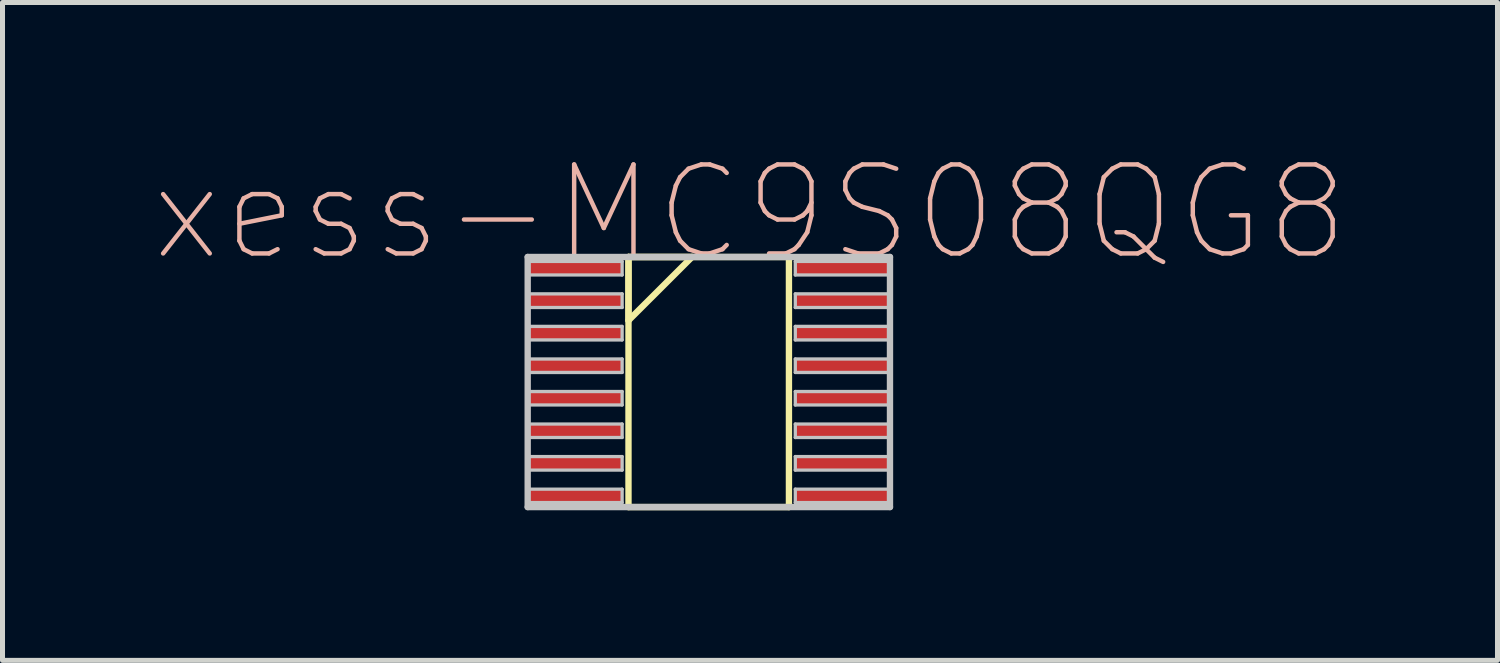
<source format=kicad_pcb>
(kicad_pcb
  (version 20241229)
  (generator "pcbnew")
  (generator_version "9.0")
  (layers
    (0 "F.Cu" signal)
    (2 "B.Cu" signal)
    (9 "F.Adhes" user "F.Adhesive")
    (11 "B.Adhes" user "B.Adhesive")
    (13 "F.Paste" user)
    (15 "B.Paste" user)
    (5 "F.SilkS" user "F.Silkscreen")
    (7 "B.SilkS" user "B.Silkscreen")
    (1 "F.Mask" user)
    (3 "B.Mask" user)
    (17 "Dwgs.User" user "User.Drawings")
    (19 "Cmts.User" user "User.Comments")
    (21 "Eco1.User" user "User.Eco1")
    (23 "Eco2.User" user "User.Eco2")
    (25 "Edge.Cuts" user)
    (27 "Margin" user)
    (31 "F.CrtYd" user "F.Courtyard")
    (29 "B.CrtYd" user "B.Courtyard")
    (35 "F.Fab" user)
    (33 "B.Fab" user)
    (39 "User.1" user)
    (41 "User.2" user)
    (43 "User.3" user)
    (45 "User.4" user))
  (footprint "xess-MC9S08QG8"
    (layer "F.Cu")
    (at 8.548 2.309)
    (property "Reference" "xess-MC9S08QG8" (at 3.388 -1.113 0) (layer "B.SilkS") (effects (font (size 1.778 1.778) (thickness 0.089))))
    (attr smd)
    (fp_line (start 0.96 -0.224) (end 0.96 1.044) (stroke (width 0.127) (type solid)) (layer "F.SilkS"))
    (fp_line (start 0.96 -0.224) (end 0.96 4.773) (stroke (width 0.127) (type solid)) (layer "F.SilkS"))
    (fp_line (start 0.96 1.044) (end 2.23 -0.224) (stroke (width 0.127) (type solid)) (layer "F.SilkS"))
    (fp_line (start 0.96 4.773) (end 4.166 4.773) (stroke (width 0.127) (type solid)) (layer "F.SilkS"))
    (fp_line (start 2.23 -0.224) (end 0.96 -0.224) (stroke (width 0.127) (type solid)) (layer "F.SilkS"))
    (fp_line (start 4.166 -0.224) (end 0.96 -0.224) (stroke (width 0.127) (type solid)) (layer "F.SilkS"))
    (fp_line (start 4.166 4.773) (end 4.166 -0.224) (stroke (width 0.127) (type solid)) (layer "F.SilkS"))
    (fp_line (start -1.054 -0.224) (end -1.054 4.773) (stroke (width 0.127) (type solid)) (layer "Dwgs.User"))
    (fp_line (start -1.054 -0.135) (end 0.833 -0.135) (stroke (width 0.066) (type solid)) (layer "Dwgs.User"))
    (fp_line (start -1.054 0.135) (end -1.054 -0.135) (stroke (width 0.066) (type solid)) (layer "Dwgs.User"))
    (fp_line (start -1.054 0.135) (end 0.833 0.135) (stroke (width 0.066) (type solid)) (layer "Dwgs.User"))
    (fp_line (start -1.054 0.513) (end 0.833 0.513) (stroke (width 0.066) (type solid)) (layer "Dwgs.User"))
    (fp_line (start -1.054 0.785) (end -1.054 0.513) (stroke (width 0.066) (type solid)) (layer "Dwgs.User"))
    (fp_line (start -1.054 0.785) (end 0.833 0.785) (stroke (width 0.066) (type solid)) (layer "Dwgs.User"))
    (fp_line (start -1.054 1.163) (end 0.833 1.163) (stroke (width 0.066) (type solid)) (layer "Dwgs.User"))
    (fp_line (start -1.054 1.433) (end -1.054 1.163) (stroke (width 0.066) (type solid)) (layer "Dwgs.User"))
    (fp_line (start -1.054 1.433) (end 0.833 1.433) (stroke (width 0.066) (type solid)) (layer "Dwgs.User"))
    (fp_line (start -1.054 1.814) (end 0.833 1.814) (stroke (width 0.066) (type solid)) (layer "Dwgs.User"))
    (fp_line (start -1.054 2.083) (end -1.054 1.814) (stroke (width 0.066) (type solid)) (layer "Dwgs.User"))
    (fp_line (start -1.054 2.083) (end 0.833 2.083) (stroke (width 0.066) (type solid)) (layer "Dwgs.User"))
    (fp_line (start -1.054 2.464) (end 0.833 2.464) (stroke (width 0.066) (type solid)) (layer "Dwgs.User"))
    (fp_line (start -1.054 2.733) (end -1.054 2.464) (stroke (width 0.066) (type solid)) (layer "Dwgs.User"))
    (fp_line (start -1.054 2.733) (end 0.833 2.733) (stroke (width 0.066) (type solid)) (layer "Dwgs.User"))
    (fp_line (start -1.054 3.114) (end 0.833 3.114) (stroke (width 0.066) (type solid)) (layer "Dwgs.User"))
    (fp_line (start -1.054 3.383) (end -1.054 3.114) (stroke (width 0.066) (type solid)) (layer "Dwgs.User"))
    (fp_line (start -1.054 3.383) (end 0.833 3.383) (stroke (width 0.066) (type solid)) (layer "Dwgs.User"))
    (fp_line (start -1.054 3.764) (end 0.833 3.764) (stroke (width 0.066) (type solid)) (layer "Dwgs.User"))
    (fp_line (start -1.054 4.034) (end -1.054 3.764) (stroke (width 0.066) (type solid)) (layer "Dwgs.User"))
    (fp_line (start -1.054 4.034) (end 0.833 4.034) (stroke (width 0.066) (type solid)) (layer "Dwgs.User"))
    (fp_line (start -1.054 4.415) (end 0.833 4.415) (stroke (width 0.066) (type solid)) (layer "Dwgs.User"))
    (fp_line (start -1.054 4.684) (end -1.054 4.415) (stroke (width 0.066) (type solid)) (layer "Dwgs.User"))
    (fp_line (start -1.054 4.684) (end 0.833 4.684) (stroke (width 0.066) (type solid)) (layer "Dwgs.User"))
    (fp_line (start -1.054 4.773) (end 6.185 4.773) (stroke (width 0.127) (type solid)) (layer "Dwgs.User"))
    (fp_line (start 0.833 0.135) (end 0.833 -0.135) (stroke (width 0.066) (type solid)) (layer "Dwgs.User"))
    (fp_line (start 0.833 0.785) (end 0.833 0.513) (stroke (width 0.066) (type solid)) (layer "Dwgs.User"))
    (fp_line (start 0.833 1.433) (end 0.833 1.163) (stroke (width 0.066) (type solid)) (layer "Dwgs.User"))
    (fp_line (start 0.833 2.083) (end 0.833 1.814) (stroke (width 0.066) (type solid)) (layer "Dwgs.User"))
    (fp_line (start 0.833 2.733) (end 0.833 2.464) (stroke (width 0.066) (type solid)) (layer "Dwgs.User"))
    (fp_line (start 0.833 3.383) (end 0.833 3.114) (stroke (width 0.066) (type solid)) (layer "Dwgs.User"))
    (fp_line (start 0.833 4.034) (end 0.833 3.764) (stroke (width 0.066) (type solid)) (layer "Dwgs.User"))
    (fp_line (start 0.833 4.684) (end 0.833 4.415) (stroke (width 0.066) (type solid)) (layer "Dwgs.User"))
    (fp_line (start 4.293 -0.135) (end 6.185 -0.135) (stroke (width 0.066) (type solid)) (layer "Dwgs.User"))
    (fp_line (start 4.293 0.135) (end 4.293 -0.135) (stroke (width 0.066) (type solid)) (layer "Dwgs.User"))
    (fp_line (start 4.293 0.135) (end 6.185 0.135) (stroke (width 0.066) (type solid)) (layer "Dwgs.User"))
    (fp_line (start 4.293 0.513) (end 6.185 0.513) (stroke (width 0.066) (type solid)) (layer "Dwgs.User"))
    (fp_line (start 4.293 0.785) (end 4.293 0.513) (stroke (width 0.066) (type solid)) (layer "Dwgs.User"))
    (fp_line (start 4.293 0.785) (end 6.185 0.785) (stroke (width 0.066) (type solid)) (layer "Dwgs.User"))
    (fp_line (start 4.293 1.163) (end 6.185 1.163) (stroke (width 0.066) (type solid)) (layer "Dwgs.User"))
    (fp_line (start 4.293 1.433) (end 4.293 1.163) (stroke (width 0.066) (type solid)) (layer "Dwgs.User"))
    (fp_line (start 4.293 1.433) (end 6.185 1.433) (stroke (width 0.066) (type solid)) (layer "Dwgs.User"))
    (fp_line (start 4.293 1.814) (end 6.185 1.814) (stroke (width 0.066) (type solid)) (layer "Dwgs.User"))
    (fp_line (start 4.293 2.083) (end 4.293 1.814) (stroke (width 0.066) (type solid)) (layer "Dwgs.User"))
    (fp_line (start 4.293 2.083) (end 6.185 2.083) (stroke (width 0.066) (type solid)) (layer "Dwgs.User"))
    (fp_line (start 4.293 2.464) (end 6.185 2.464) (stroke (width 0.066) (type solid)) (layer "Dwgs.User"))
    (fp_line (start 4.293 2.733) (end 4.293 2.464) (stroke (width 0.066) (type solid)) (layer "Dwgs.User"))
    (fp_line (start 4.293 2.733) (end 6.185 2.733) (stroke (width 0.066) (type solid)) (layer "Dwgs.User"))
    (fp_line (start 4.293 3.114) (end 6.185 3.114) (stroke (width 0.066) (type solid)) (layer "Dwgs.User"))
    (fp_line (start 4.293 3.383) (end 4.293 3.114) (stroke (width 0.066) (type solid)) (layer "Dwgs.User"))
    (fp_line (start 4.293 3.383) (end 6.185 3.383) (stroke (width 0.066) (type solid)) (layer "Dwgs.User"))
    (fp_line (start 4.293 3.764) (end 6.185 3.764) (stroke (width 0.066) (type solid)) (layer "Dwgs.User"))
    (fp_line (start 4.293 4.034) (end 4.293 3.764) (stroke (width 0.066) (type solid)) (layer "Dwgs.User"))
    (fp_line (start 4.293 4.034) (end 6.185 4.034) (stroke (width 0.066) (type solid)) (layer "Dwgs.User"))
    (fp_line (start 4.293 4.415) (end 6.185 4.415) (stroke (width 0.066) (type solid)) (layer "Dwgs.User"))
    (fp_line (start 4.293 4.684) (end 4.293 4.415) (stroke (width 0.066) (type solid)) (layer "Dwgs.User"))
    (fp_line (start 4.293 4.684) (end 6.185 4.684) (stroke (width 0.066) (type solid)) (layer "Dwgs.User"))
    (fp_line (start 6.185 -0.224) (end -1.054 -0.224) (stroke (width 0.127) (type solid)) (layer "Dwgs.User"))
    (fp_line (start 6.185 0.135) (end 6.185 -0.135) (stroke (width 0.066) (type solid)) (layer "Dwgs.User"))
    (fp_line (start 6.185 0.785) (end 6.185 0.513) (stroke (width 0.066) (type solid)) (layer "Dwgs.User"))
    (fp_line (start 6.185 1.433) (end 6.185 1.163) (stroke (width 0.066) (type solid)) (layer "Dwgs.User"))
    (fp_line (start 6.185 2.083) (end 6.185 1.814) (stroke (width 0.066) (type solid)) (layer "Dwgs.User"))
    (fp_line (start 6.185 2.733) (end 6.185 2.464) (stroke (width 0.066) (type solid)) (layer "Dwgs.User"))
    (fp_line (start 6.185 3.383) (end 6.185 3.114) (stroke (width 0.066) (type solid)) (layer "Dwgs.User"))
    (fp_line (start 6.185 4.034) (end 6.185 3.764) (stroke (width 0.066) (type solid)) (layer "Dwgs.User"))
    (fp_line (start 6.185 4.684) (end 6.185 4.415) (stroke (width 0.066) (type solid)) (layer "Dwgs.User"))
    (fp_line (start 6.185 4.773) (end 6.185 -0.224) (stroke (width 0.127) (type solid)) (layer "Dwgs.User"))
    (pad "1" smd rect (at -0.109 0) (size 1.89 0.269) (layers "F.Cu" "F.Mask" "F.Paste"))
    (pad "2" smd rect (at -0.109 0.648) (size 1.89 0.269) (layers "F.Cu" "F.Mask" "F.Paste"))
    (pad "3" smd rect (at -0.109 1.298) (size 1.89 0.269) (layers "F.Cu" "F.Mask" "F.Paste"))
    (pad "4" smd rect (at -0.109 1.948) (size 1.89 0.269) (layers "F.Cu" "F.Mask" "F.Paste"))
    (pad "5" smd rect (at -0.109 2.598) (size 1.89 0.269) (layers "F.Cu" "F.Mask" "F.Paste"))
    (pad "6" smd rect (at -0.109 3.249) (size 1.89 0.269) (layers "F.Cu" "F.Mask" "F.Paste"))
    (pad "7" smd rect (at -0.109 3.899) (size 1.89 0.269) (layers "F.Cu" "F.Mask" "F.Paste"))
    (pad "8" smd rect (at -0.109 4.549) (size 1.89 0.269) (layers "F.Cu" "F.Mask" "F.Paste"))
    (pad "9" smd rect (at 5.237 4.549) (size 1.89 0.269) (layers "F.Cu" "F.Mask" "F.Paste"))
    (pad "10" smd rect (at 5.237 3.899) (size 1.89 0.269) (layers "F.Cu" "F.Mask" "F.Paste"))
    (pad "11" smd rect (at 5.237 3.249) (size 1.89 0.269) (layers "F.Cu" "F.Mask" "F.Paste"))
    (pad "12" smd rect (at 5.237 2.598) (size 1.89 0.269) (layers "F.Cu" "F.Mask" "F.Paste"))
    (pad "13" smd rect (at 5.237 1.948) (size 1.89 0.269) (layers "F.Cu" "F.Mask" "F.Paste"))
    (pad "14" smd rect (at 5.237 1.298) (size 1.89 0.269) (layers "F.Cu" "F.Mask" "F.Paste"))
    (pad "15" smd rect (at 5.237 0.648) (size 1.89 0.269) (layers "F.Cu" "F.Mask" "F.Paste"))
    (pad "16" smd rect (at 5.237 0) (size 1.89 0.269) (layers "F.Cu" "F.Mask" "F.Paste")))
  (gr_rect
    (start -3 -3)
    (end 26.872 10.145)
    (stroke (width 0.1) (type default))
    (fill no)
    (layer "Edge.Cuts")))
</source>
